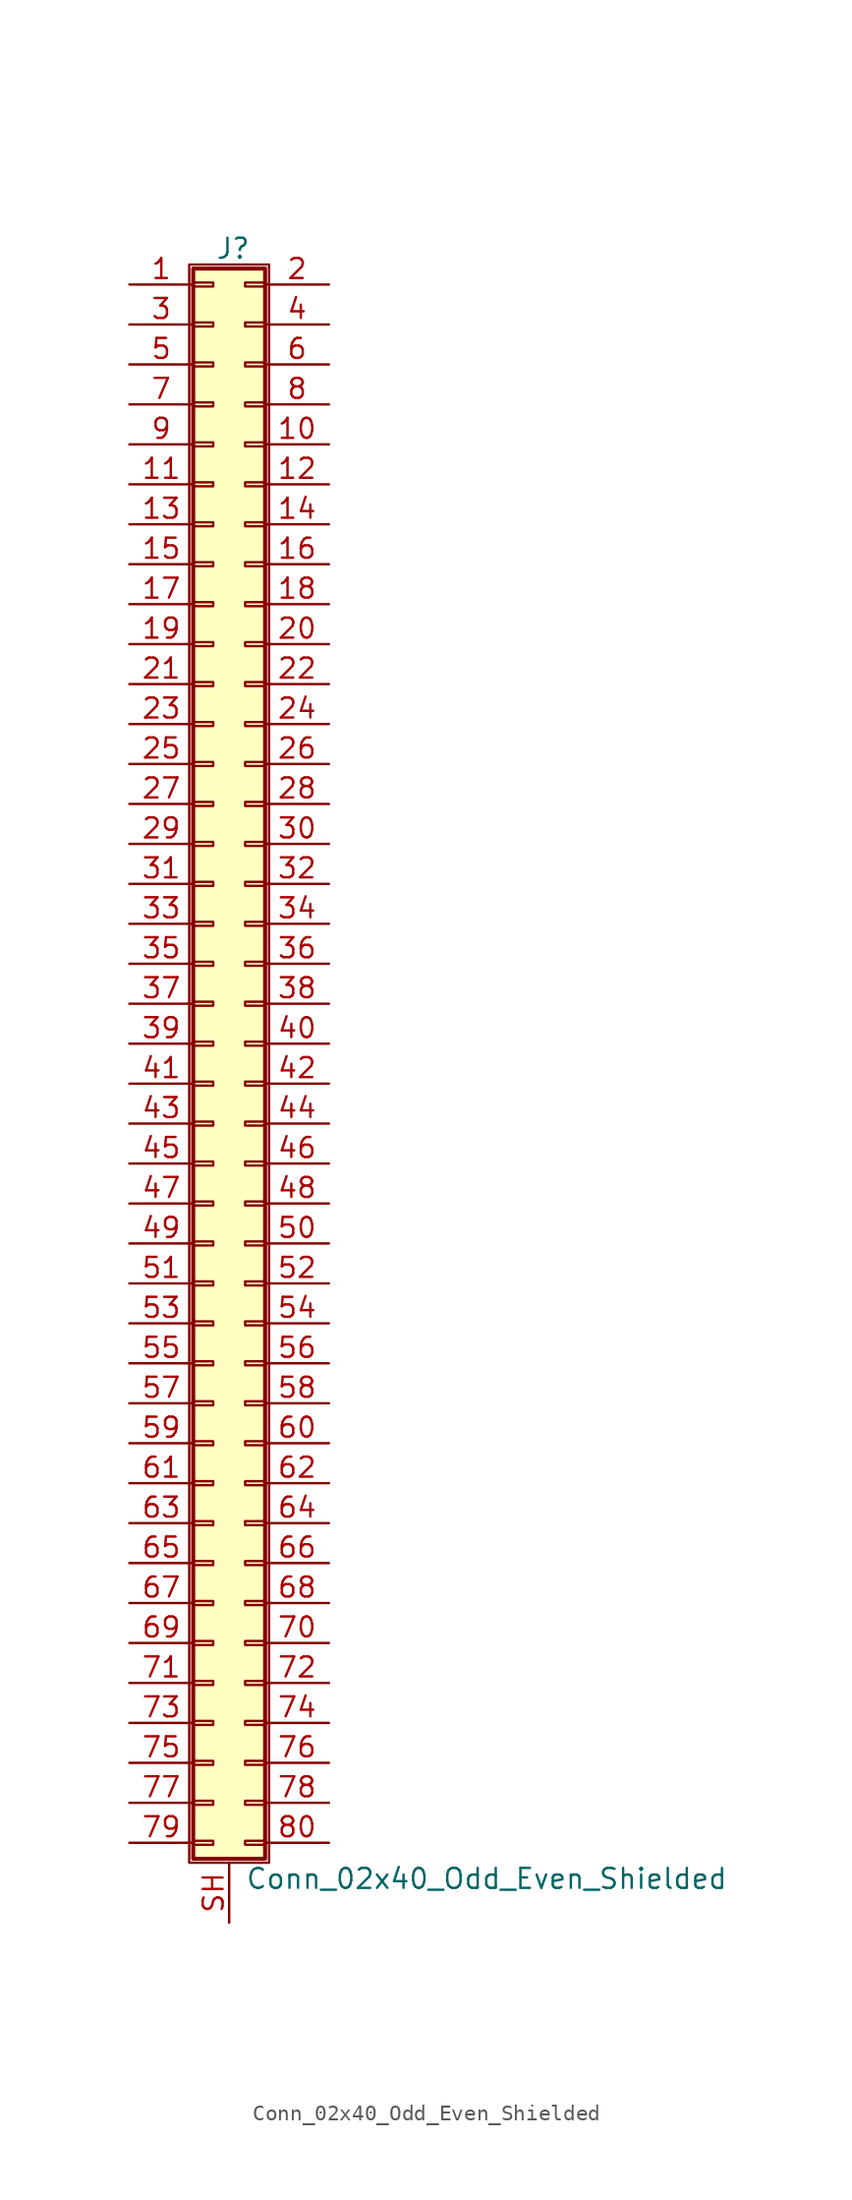
<source format=kicad_sym>
(kicad_symbol_lib
  (version 20201005)
  (generator kicad_symbol_editor)
  (symbol "Conn_02x40_Odd_Even_Shielded"
    (pin_names
      (offset 1.016) hide)
    (property "Reference" "J"
      (at 1.524 50.546 0)
      (effects (font (size 1.27 1.27))))
    (property "Value" "Conn_02x40_Odd_Even_Shielded"
      (at 2.286 -53.086 0)
      (effects (font (size 1.27 1.27)) (justify left)))
    (symbol "Conn_02x40_Odd_Even_Shielded_1_1"
      (rectangle (start -1.27 49.53) (end 3.81 -52.07) (stroke (width 0.152)) (fill (type none)))
      (rectangle (start -1.016 -50.673) (end 0.254 -50.927) (stroke (width 0.152)) (fill (type none)))
      (rectangle (start -1.016 -48.133) (end 0.254 -48.387) (stroke (width 0.152)) (fill (type none)))
      (rectangle (start -1.016 -45.593) (end 0.254 -45.847) (stroke (width 0.152)) (fill (type none)))
      (rectangle (start -1.016 -43.053) (end 0.254 -43.307) (stroke (width 0.152)) (fill (type none)))
      (rectangle (start -1.016 -40.513) (end 0.254 -40.767) (stroke (width 0.152)) (fill (type none)))
      (rectangle (start -1.016 -37.973) (end 0.254 -38.227) (stroke (width 0.152)) (fill (type none)))
      (rectangle (start -1.016 -35.433) (end 0.254 -35.687) (stroke (width 0.152)) (fill (type none)))
      (rectangle (start -1.016 -32.893) (end 0.254 -33.147) (stroke (width 0.152)) (fill (type none)))
      (rectangle (start -1.016 -30.353) (end 0.254 -30.607) (stroke (width 0.152)) (fill (type none)))
      (rectangle (start -1.016 -27.813) (end 0.254 -28.067) (stroke (width 0.152)) (fill (type none)))
      (rectangle (start -1.016 -25.273) (end 0.254 -25.527) (stroke (width 0.152)) (fill (type none)))
      (rectangle (start -1.016 -22.733) (end 0.254 -22.987) (stroke (width 0.152)) (fill (type none)))
      (rectangle (start -1.016 -20.193) (end 0.254 -20.447) (stroke (width 0.152)) (fill (type none)))
      (rectangle (start -1.016 -17.653) (end 0.254 -17.907) (stroke (width 0.152)) (fill (type none)))
      (rectangle (start -1.016 -15.113) (end 0.254 -15.367) (stroke (width 0.152)) (fill (type none)))
      (rectangle (start -1.016 -12.573) (end 0.254 -12.827) (stroke (width 0.152)) (fill (type none)))
      (rectangle (start -1.016 -10.033) (end 0.254 -10.287) (stroke (width 0.152)) (fill (type none)))
      (rectangle (start -1.016 -7.493) (end 0.254 -7.747) (stroke (width 0.152)) (fill (type none)))
      (rectangle (start -1.016 -4.953) (end 0.254 -5.207) (stroke (width 0.152)) (fill (type none)))
      (rectangle (start -1.016 -2.413) (end 0.254 -2.667) (stroke (width 0.152)) (fill (type none)))
      (rectangle (start -1.016 0.127) (end 0.254 -0.127) (stroke (width 0.152)) (fill (type none)))
      (rectangle (start -1.016 2.667) (end 0.254 2.413) (stroke (width 0.152)) (fill (type none)))
      (rectangle (start -1.016 5.207) (end 0.254 4.953) (stroke (width 0.152)) (fill (type none)))
      (rectangle (start -1.016 7.747) (end 0.254 7.493) (stroke (width 0.152)) (fill (type none)))
      (rectangle (start -1.016 10.287) (end 0.254 10.033) (stroke (width 0.152)) (fill (type none)))
      (rectangle (start -1.016 12.827) (end 0.254 12.573) (stroke (width 0.152)) (fill (type none)))
      (rectangle (start -1.016 15.367) (end 0.254 15.113) (stroke (width 0.152)) (fill (type none)))
      (rectangle (start -1.016 17.907) (end 0.254 17.653) (stroke (width 0.152)) (fill (type none)))
      (rectangle (start -1.016 20.447) (end 0.254 20.193) (stroke (width 0.152)) (fill (type none)))
      (rectangle (start -1.016 22.987) (end 0.254 22.733) (stroke (width 0.152)) (fill (type none)))
      (rectangle (start -1.016 25.527) (end 0.254 25.273) (stroke (width 0.152)) (fill (type none)))
      (rectangle (start -1.016 28.067) (end 0.254 27.813) (stroke (width 0.152)) (fill (type none)))
      (rectangle (start -1.016 30.607) (end 0.254 30.353) (stroke (width 0.152)) (fill (type none)))
      (rectangle (start -1.016 33.147) (end 0.254 32.893) (stroke (width 0.152)) (fill (type none)))
      (rectangle (start -1.016 35.687) (end 0.254 35.433) (stroke (width 0.152)) (fill (type none)))
      (rectangle (start -1.016 38.227) (end 0.254 37.973) (stroke (width 0.152)) (fill (type none)))
      (rectangle (start -1.016 40.767) (end 0.254 40.513) (stroke (width 0.152)) (fill (type none)))
      (rectangle (start -1.016 43.307) (end 0.254 43.053) (stroke (width 0.152)) (fill (type none)))
      (rectangle (start -1.016 45.847) (end 0.254 45.593) (stroke (width 0.152)) (fill (type none)))
      (rectangle (start -1.016 48.387) (end 0.254 48.133) (stroke (width 0.152)) (fill (type none)))
      (rectangle (start 3.556 -50.673) (end 2.286 -50.927) (stroke (width 0.152)) (fill (type none)))
      (rectangle (start 3.556 -48.133) (end 2.286 -48.387) (stroke (width 0.152)) (fill (type none)))
      (rectangle (start 3.556 -45.593) (end 2.286 -45.847) (stroke (width 0.152)) (fill (type none)))
      (rectangle (start 3.556 -43.053) (end 2.286 -43.307) (stroke (width 0.152)) (fill (type none)))
      (rectangle (start 3.556 -40.513) (end 2.286 -40.767) (stroke (width 0.152)) (fill (type none)))
      (rectangle (start 3.556 -37.973) (end 2.286 -38.227) (stroke (width 0.152)) (fill (type none)))
      (rectangle (start 3.556 -35.433) (end 2.286 -35.687) (stroke (width 0.152)) (fill (type none)))
      (rectangle (start 3.556 -32.893) (end 2.286 -33.147) (stroke (width 0.152)) (fill (type none)))
      (rectangle (start 3.556 -30.353) (end 2.286 -30.607) (stroke (width 0.152)) (fill (type none)))
      (rectangle (start 3.556 -27.813) (end 2.286 -28.067) (stroke (width 0.152)) (fill (type none)))
      (rectangle (start 3.556 -25.273) (end 2.286 -25.527) (stroke (width 0.152)) (fill (type none)))
      (rectangle (start 3.556 -22.733) (end 2.286 -22.987) (stroke (width 0.152)) (fill (type none)))
      (rectangle (start 3.556 -20.193) (end 2.286 -20.447) (stroke (width 0.152)) (fill (type none)))
      (rectangle (start 3.556 -17.653) (end 2.286 -17.907) (stroke (width 0.152)) (fill (type none)))
      (rectangle (start 3.556 -15.113) (end 2.286 -15.367) (stroke (width 0.152)) (fill (type none)))
      (rectangle (start 3.556 -12.573) (end 2.286 -12.827) (stroke (width 0.152)) (fill (type none)))
      (rectangle (start 3.556 -10.033) (end 2.286 -10.287) (stroke (width 0.152)) (fill (type none)))
      (rectangle (start 3.556 -7.493) (end 2.286 -7.747) (stroke (width 0.152)) (fill (type none)))
      (rectangle (start 3.556 -4.953) (end 2.286 -5.207) (stroke (width 0.152)) (fill (type none)))
      (rectangle (start 3.556 -2.413) (end 2.286 -2.667) (stroke (width 0.152)) (fill (type none)))
      (rectangle (start 3.556 0.127) (end 2.286 -0.127) (stroke (width 0.152)) (fill (type none)))
      (rectangle (start 3.556 2.667) (end 2.286 2.413) (stroke (width 0.152)) (fill (type none)))
      (rectangle (start 3.556 5.207) (end 2.286 4.953) (stroke (width 0.152)) (fill (type none)))
      (rectangle (start 3.556 7.747) (end 2.286 7.493) (stroke (width 0.152)) (fill (type none)))
      (rectangle (start 3.556 10.287) (end 2.286 10.033) (stroke (width 0.152)) (fill (type none)))
      (rectangle (start 3.556 12.827) (end 2.286 12.573) (stroke (width 0.152)) (fill (type none)))
      (rectangle (start 3.556 15.367) (end 2.286 15.113) (stroke (width 0.152)) (fill (type none)))
      (rectangle (start 3.556 17.907) (end 2.286 17.653) (stroke (width 0.152)) (fill (type none)))
      (rectangle (start 3.556 20.447) (end 2.286 20.193) (stroke (width 0.152)) (fill (type none)))
      (rectangle (start 3.556 22.987) (end 2.286 22.733) (stroke (width 0.152)) (fill (type none)))
      (rectangle (start 3.556 25.527) (end 2.286 25.273) (stroke (width 0.152)) (fill (type none)))
      (rectangle (start 3.556 28.067) (end 2.286 27.813) (stroke (width 0.152)) (fill (type none)))
      (rectangle (start 3.556 30.607) (end 2.286 30.353) (stroke (width 0.152)) (fill (type none)))
      (rectangle (start 3.556 33.147) (end 2.286 32.893) (stroke (width 0.152)) (fill (type none)))
      (rectangle (start 3.556 35.687) (end 2.286 35.433) (stroke (width 0.152)) (fill (type none)))
      (rectangle (start 3.556 38.227) (end 2.286 37.973) (stroke (width 0.152)) (fill (type none)))
      (rectangle (start 3.556 40.767) (end 2.286 40.513) (stroke (width 0.152)) (fill (type none)))
      (rectangle (start 3.556 43.307) (end 2.286 43.053) (stroke (width 0.152)) (fill (type none)))
      (rectangle (start 3.556 45.847) (end 2.286 45.593) (stroke (width 0.152)) (fill (type none)))
      (rectangle (start 3.556 48.387) (end 2.286 48.133) (stroke (width 0.152)) (fill (type none)))
      (rectangle (start -1.016 49.276) (end 3.556 -51.816) (stroke (width 0.254)) (fill (type background)))
      (pin passive line (at -5.08 48.26 0) (length 4.064) (name "Pin_1" (effects (font (size 1.27 1.27)))) (number "1" (effects (font (size 1.27 1.27)))))
      (pin passive line (at 7.62 38.1 180) (length 4.064) (name "Pin_10" (effects (font (size 1.27 1.27)))) (number "10" (effects (font (size 1.27 1.27)))))
      (pin passive line (at -5.08 35.56 0) (length 4.064) (name "Pin_11" (effects (font (size 1.27 1.27)))) (number "11" (effects (font (size 1.27 1.27)))))
      (pin passive line (at 7.62 35.56 180) (length 4.064) (name "Pin_12" (effects (font (size 1.27 1.27)))) (number "12" (effects (font (size 1.27 1.27)))))
      (pin passive line (at -5.08 33.02 0) (length 4.064) (name "Pin_13" (effects (font (size 1.27 1.27)))) (number "13" (effects (font (size 1.27 1.27)))))
      (pin passive line (at 7.62 33.02 180) (length 4.064) (name "Pin_14" (effects (font (size 1.27 1.27)))) (number "14" (effects (font (size 1.27 1.27)))))
      (pin passive line (at -5.08 30.48 0) (length 4.064) (name "Pin_15" (effects (font (size 1.27 1.27)))) (number "15" (effects (font (size 1.27 1.27)))))
      (pin passive line (at 7.62 30.48 180) (length 4.064) (name "Pin_16" (effects (font (size 1.27 1.27)))) (number "16" (effects (font (size 1.27 1.27)))))
      (pin passive line (at -5.08 27.94 0) (length 4.064) (name "Pin_17" (effects (font (size 1.27 1.27)))) (number "17" (effects (font (size 1.27 1.27)))))
      (pin passive line (at 7.62 27.94 180) (length 4.064) (name "Pin_18" (effects (font (size 1.27 1.27)))) (number "18" (effects (font (size 1.27 1.27)))))
      (pin passive line (at -5.08 25.4 0) (length 4.064) (name "Pin_19" (effects (font (size 1.27 1.27)))) (number "19" (effects (font (size 1.27 1.27)))))
      (pin passive line (at 7.62 48.26 180) (length 4.064) (name "Pin_2" (effects (font (size 1.27 1.27)))) (number "2" (effects (font (size 1.27 1.27)))))
      (pin passive line (at 7.62 25.4 180) (length 4.064) (name "Pin_20" (effects (font (size 1.27 1.27)))) (number "20" (effects (font (size 1.27 1.27)))))
      (pin passive line (at -5.08 22.86 0) (length 4.064) (name "Pin_21" (effects (font (size 1.27 1.27)))) (number "21" (effects (font (size 1.27 1.27)))))
      (pin passive line (at 7.62 22.86 180) (length 4.064) (name "Pin_22" (effects (font (size 1.27 1.27)))) (number "22" (effects (font (size 1.27 1.27)))))
      (pin passive line (at -5.08 20.32 0) (length 4.064) (name "Pin_23" (effects (font (size 1.27 1.27)))) (number "23" (effects (font (size 1.27 1.27)))))
      (pin passive line (at 7.62 20.32 180) (length 4.064) (name "Pin_24" (effects (font (size 1.27 1.27)))) (number "24" (effects (font (size 1.27 1.27)))))
      (pin passive line (at -5.08 17.78 0) (length 4.064) (name "Pin_25" (effects (font (size 1.27 1.27)))) (number "25" (effects (font (size 1.27 1.27)))))
      (pin passive line (at 7.62 17.78 180) (length 4.064) (name "Pin_26" (effects (font (size 1.27 1.27)))) (number "26" (effects (font (size 1.27 1.27)))))
      (pin passive line (at -5.08 15.24 0) (length 4.064) (name "Pin_27" (effects (font (size 1.27 1.27)))) (number "27" (effects (font (size 1.27 1.27)))))
      (pin passive line (at 7.62 15.24 180) (length 4.064) (name "Pin_28" (effects (font (size 1.27 1.27)))) (number "28" (effects (font (size 1.27 1.27)))))
      (pin passive line (at -5.08 12.7 0) (length 4.064) (name "Pin_29" (effects (font (size 1.27 1.27)))) (number "29" (effects (font (size 1.27 1.27)))))
      (pin passive line (at -5.08 45.72 0) (length 4.064) (name "Pin_3" (effects (font (size 1.27 1.27)))) (number "3" (effects (font (size 1.27 1.27)))))
      (pin passive line (at 7.62 12.7 180) (length 4.064) (name "Pin_30" (effects (font (size 1.27 1.27)))) (number "30" (effects (font (size 1.27 1.27)))))
      (pin passive line (at -5.08 10.16 0) (length 4.064) (name "Pin_31" (effects (font (size 1.27 1.27)))) (number "31" (effects (font (size 1.27 1.27)))))
      (pin passive line (at 7.62 10.16 180) (length 4.064) (name "Pin_32" (effects (font (size 1.27 1.27)))) (number "32" (effects (font (size 1.27 1.27)))))
      (pin passive line (at -5.08 7.62 0) (length 4.064) (name "Pin_33" (effects (font (size 1.27 1.27)))) (number "33" (effects (font (size 1.27 1.27)))))
      (pin passive line (at 7.62 7.62 180) (length 4.064) (name "Pin_34" (effects (font (size 1.27 1.27)))) (number "34" (effects (font (size 1.27 1.27)))))
      (pin passive line (at -5.08 5.08 0) (length 4.064) (name "Pin_35" (effects (font (size 1.27 1.27)))) (number "35" (effects (font (size 1.27 1.27)))))
      (pin passive line (at 7.62 5.08 180) (length 4.064) (name "Pin_36" (effects (font (size 1.27 1.27)))) (number "36" (effects (font (size 1.27 1.27)))))
      (pin passive line (at -5.08 2.54 0) (length 4.064) (name "Pin_37" (effects (font (size 1.27 1.27)))) (number "37" (effects (font (size 1.27 1.27)))))
      (pin passive line (at 7.62 2.54 180) (length 4.064) (name "Pin_38" (effects (font (size 1.27 1.27)))) (number "38" (effects (font (size 1.27 1.27)))))
      (pin passive line (at -5.08 0 0) (length 4.064) (name "Pin_39" (effects (font (size 1.27 1.27)))) (number "39" (effects (font (size 1.27 1.27)))))
      (pin passive line (at 7.62 45.72 180) (length 4.064) (name "Pin_4" (effects (font (size 1.27 1.27)))) (number "4" (effects (font (size 1.27 1.27)))))
      (pin passive line (at 7.62 0 180) (length 4.064) (name "Pin_40" (effects (font (size 1.27 1.27)))) (number "40" (effects (font (size 1.27 1.27)))))
      (pin passive line (at -5.08 -2.54 0) (length 4.064) (name "Pin_41" (effects (font (size 1.27 1.27)))) (number "41" (effects (font (size 1.27 1.27)))))
      (pin passive line (at 7.62 -2.54 180) (length 4.064) (name "Pin_42" (effects (font (size 1.27 1.27)))) (number "42" (effects (font (size 1.27 1.27)))))
      (pin passive line (at -5.08 -5.08 0) (length 4.064) (name "Pin_43" (effects (font (size 1.27 1.27)))) (number "43" (effects (font (size 1.27 1.27)))))
      (pin passive line (at 7.62 -5.08 180) (length 4.064) (name "Pin_44" (effects (font (size 1.27 1.27)))) (number "44" (effects (font (size 1.27 1.27)))))
      (pin passive line (at -5.08 -7.62 0) (length 4.064) (name "Pin_45" (effects (font (size 1.27 1.27)))) (number "45" (effects (font (size 1.27 1.27)))))
      (pin passive line (at 7.62 -7.62 180) (length 4.064) (name "Pin_46" (effects (font (size 1.27 1.27)))) (number "46" (effects (font (size 1.27 1.27)))))
      (pin passive line (at -5.08 -10.16 0) (length 4.064) (name "Pin_47" (effects (font (size 1.27 1.27)))) (number "47" (effects (font (size 1.27 1.27)))))
      (pin passive line (at 7.62 -10.16 180) (length 4.064) (name "Pin_48" (effects (font (size 1.27 1.27)))) (number "48" (effects (font (size 1.27 1.27)))))
      (pin passive line (at -5.08 -12.7 0) (length 4.064) (name "Pin_49" (effects (font (size 1.27 1.27)))) (number "49" (effects (font (size 1.27 1.27)))))
      (pin passive line (at -5.08 43.18 0) (length 4.064) (name "Pin_5" (effects (font (size 1.27 1.27)))) (number "5" (effects (font (size 1.27 1.27)))))
      (pin passive line (at 7.62 -12.7 180) (length 4.064) (name "Pin_50" (effects (font (size 1.27 1.27)))) (number "50" (effects (font (size 1.27 1.27)))))
      (pin passive line (at -5.08 -15.24 0) (length 4.064) (name "Pin_51" (effects (font (size 1.27 1.27)))) (number "51" (effects (font (size 1.27 1.27)))))
      (pin passive line (at 7.62 -15.24 180) (length 4.064) (name "Pin_52" (effects (font (size 1.27 1.27)))) (number "52" (effects (font (size 1.27 1.27)))))
      (pin passive line (at -5.08 -17.78 0) (length 4.064) (name "Pin_53" (effects (font (size 1.27 1.27)))) (number "53" (effects (font (size 1.27 1.27)))))
      (pin passive line (at 7.62 -17.78 180) (length 4.064) (name "Pin_54" (effects (font (size 1.27 1.27)))) (number "54" (effects (font (size 1.27 1.27)))))
      (pin passive line (at -5.08 -20.32 0) (length 4.064) (name "Pin_55" (effects (font (size 1.27 1.27)))) (number "55" (effects (font (size 1.27 1.27)))))
      (pin passive line (at 7.62 -20.32 180) (length 4.064) (name "Pin_56" (effects (font (size 1.27 1.27)))) (number "56" (effects (font (size 1.27 1.27)))))
      (pin passive line (at -5.08 -22.86 0) (length 4.064) (name "Pin_57" (effects (font (size 1.27 1.27)))) (number "57" (effects (font (size 1.27 1.27)))))
      (pin passive line (at 7.62 -22.86 180) (length 4.064) (name "Pin_58" (effects (font (size 1.27 1.27)))) (number "58" (effects (font (size 1.27 1.27)))))
      (pin passive line (at -5.08 -25.4 0) (length 4.064) (name "Pin_59" (effects (font (size 1.27 1.27)))) (number "59" (effects (font (size 1.27 1.27)))))
      (pin passive line (at 7.62 43.18 180) (length 4.064) (name "Pin_6" (effects (font (size 1.27 1.27)))) (number "6" (effects (font (size 1.27 1.27)))))
      (pin passive line (at 7.62 -25.4 180) (length 4.064) (name "Pin_60" (effects (font (size 1.27 1.27)))) (number "60" (effects (font (size 1.27 1.27)))))
      (pin passive line (at -5.08 -27.94 0) (length 4.064) (name "Pin_61" (effects (font (size 1.27 1.27)))) (number "61" (effects (font (size 1.27 1.27)))))
      (pin passive line (at 7.62 -27.94 180) (length 4.064) (name "Pin_62" (effects (font (size 1.27 1.27)))) (number "62" (effects (font (size 1.27 1.27)))))
      (pin passive line (at -5.08 -30.48 0) (length 4.064) (name "Pin_63" (effects (font (size 1.27 1.27)))) (number "63" (effects (font (size 1.27 1.27)))))
      (pin passive line (at 7.62 -30.48 180) (length 4.064) (name "Pin_64" (effects (font (size 1.27 1.27)))) (number "64" (effects (font (size 1.27 1.27)))))
      (pin passive line (at -5.08 -33.02 0) (length 4.064) (name "Pin_65" (effects (font (size 1.27 1.27)))) (number "65" (effects (font (size 1.27 1.27)))))
      (pin passive line (at 7.62 -33.02 180) (length 4.064) (name "Pin_66" (effects (font (size 1.27 1.27)))) (number "66" (effects (font (size 1.27 1.27)))))
      (pin passive line (at -5.08 -35.56 0) (length 4.064) (name "Pin_67" (effects (font (size 1.27 1.27)))) (number "67" (effects (font (size 1.27 1.27)))))
      (pin passive line (at 7.62 -35.56 180) (length 4.064) (name "Pin_68" (effects (font (size 1.27 1.27)))) (number "68" (effects (font (size 1.27 1.27)))))
      (pin passive line (at -5.08 -38.1 0) (length 4.064) (name "Pin_69" (effects (font (size 1.27 1.27)))) (number "69" (effects (font (size 1.27 1.27)))))
      (pin passive line (at -5.08 40.64 0) (length 4.064) (name "Pin_7" (effects (font (size 1.27 1.27)))) (number "7" (effects (font (size 1.27 1.27)))))
      (pin passive line (at 7.62 -38.1 180) (length 4.064) (name "Pin_70" (effects (font (size 1.27 1.27)))) (number "70" (effects (font (size 1.27 1.27)))))
      (pin passive line (at -5.08 -40.64 0) (length 4.064) (name "Pin_71" (effects (font (size 1.27 1.27)))) (number "71" (effects (font (size 1.27 1.27)))))
      (pin passive line (at 7.62 -40.64 180) (length 4.064) (name "Pin_72" (effects (font (size 1.27 1.27)))) (number "72" (effects (font (size 1.27 1.27)))))
      (pin passive line (at -5.08 -43.18 0) (length 4.064) (name "Pin_73" (effects (font (size 1.27 1.27)))) (number "73" (effects (font (size 1.27 1.27)))))
      (pin passive line (at 7.62 -43.18 180) (length 4.064) (name "Pin_74" (effects (font (size 1.27 1.27)))) (number "74" (effects (font (size 1.27 1.27)))))
      (pin passive line (at -5.08 -45.72 0) (length 4.064) (name "Pin_75" (effects (font (size 1.27 1.27)))) (number "75" (effects (font (size 1.27 1.27)))))
      (pin passive line (at 7.62 -45.72 180) (length 4.064) (name "Pin_76" (effects (font (size 1.27 1.27)))) (number "76" (effects (font (size 1.27 1.27)))))
      (pin passive line (at -5.08 -48.26 0) (length 4.064) (name "Pin_77" (effects (font (size 1.27 1.27)))) (number "77" (effects (font (size 1.27 1.27)))))
      (pin passive line (at 7.62 -48.26 180) (length 4.064) (name "Pin_78" (effects (font (size 1.27 1.27)))) (number "78" (effects (font (size 1.27 1.27)))))
      (pin passive line (at -5.08 -50.8 0) (length 4.064) (name "Pin_79" (effects (font (size 1.27 1.27)))) (number "79" (effects (font (size 1.27 1.27)))))
      (pin passive line (at 7.62 40.64 180) (length 4.064) (name "Pin_8" (effects (font (size 1.27 1.27)))) (number "8" (effects (font (size 1.27 1.27)))))
      (pin passive line (at 7.62 -50.8 180) (length 4.064) (name "Pin_80" (effects (font (size 1.27 1.27)))) (number "80" (effects (font (size 1.27 1.27)))))
      (pin passive line (at -5.08 38.1 0) (length 4.064) (name "Pin_9" (effects (font (size 1.27 1.27)))) (number "9" (effects (font (size 1.27 1.27)))))
      (pin passive line (at 1.27 -55.88 90) (length 3.81) (name "Shield" (effects (font (size 1.27 1.27)))) (number "SH" (effects (font (size 1.27 1.27))))))))
</source>
